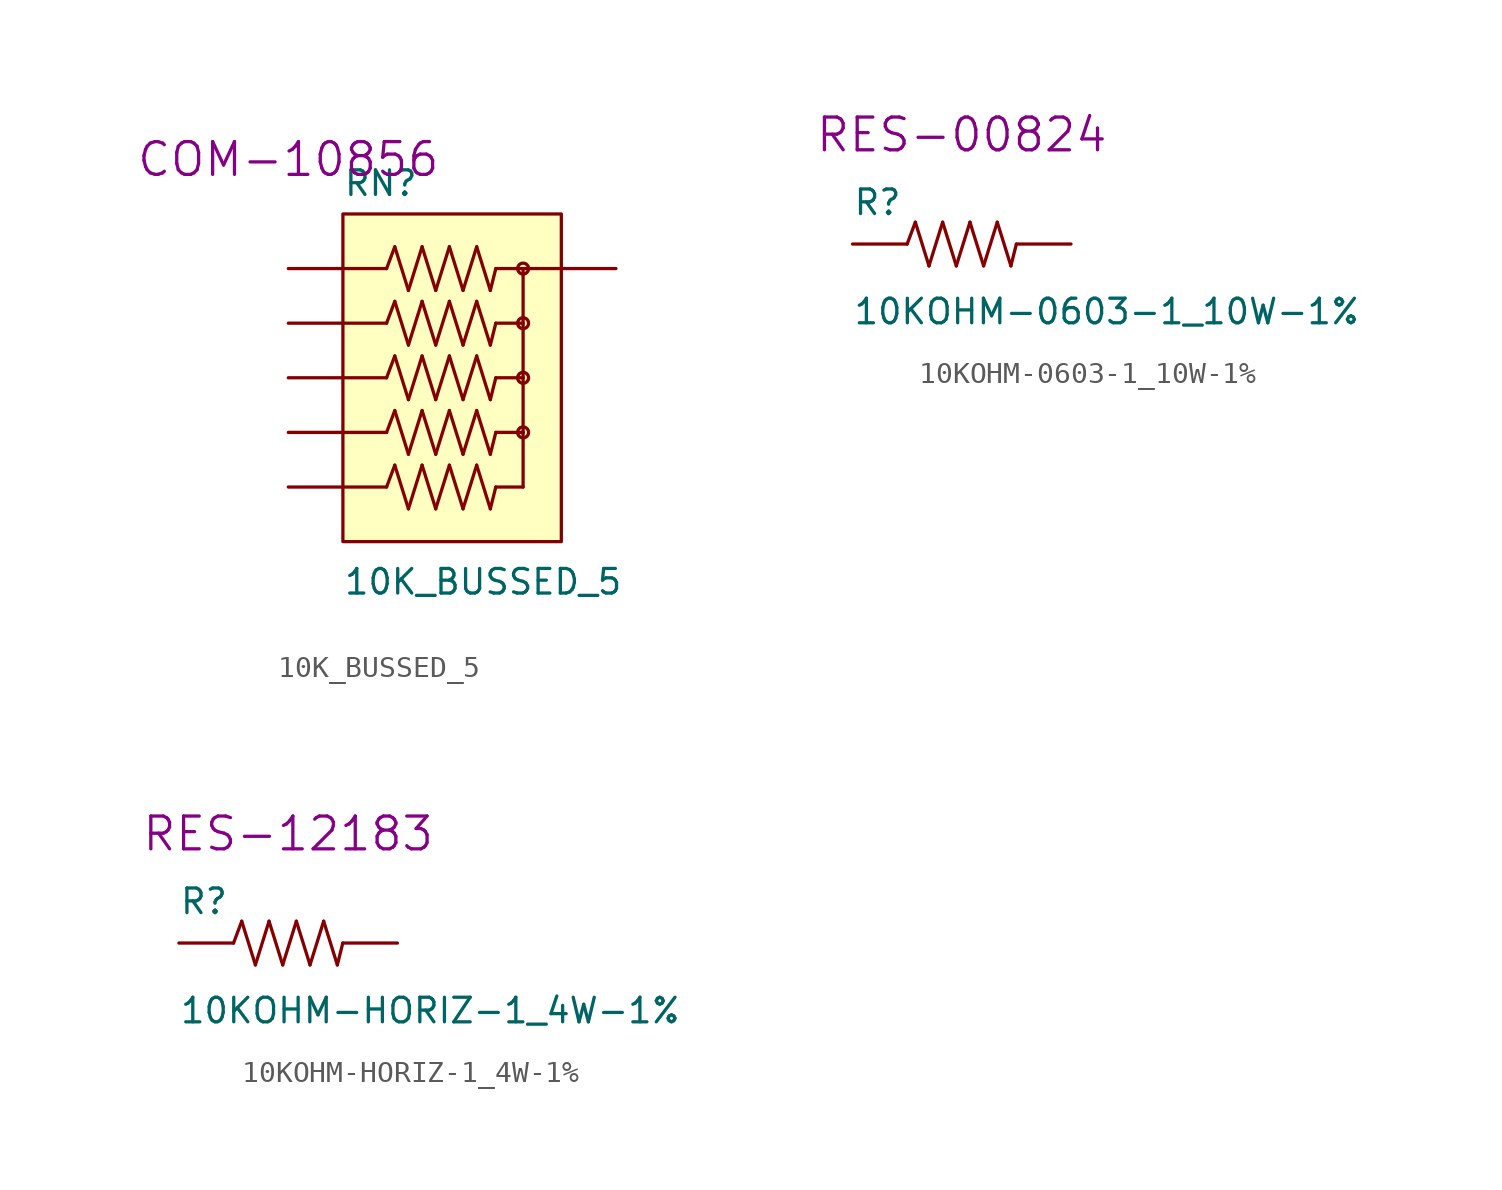
<source format=kicad_sym>
(kicad_symbol_lib
  (version 20211014)
  (generator kicad_symbol_editor)
  (symbol "10K_BUSSED_5"
    (pin_numbers hide)
    (pin_names
      (offset 1.016) hide)
    (property "Reference" "RN"
      (at 2.54 3.302 0)
      (effects (font (size 1.143 1.143)) (justify left bottom)))
    (property "Value" "10K_BUSSED_5"
      (at 2.54 -15.24 0)
      (effects (font (size 1.143 1.143)) (justify left bottom)))
    (property "Field4" "COM-10856"
      (at 0 5.08 0)
      (effects (font (size 1.524 1.524))))
    (property "ki_locked" ""
      (at 0 0 0)
      (effects (font (size 1.27 1.27))))
    (symbol "10K_BUSSED_5_1_0"
      (polyline (pts (xy 2.54 -10.16) (xy 4.572 -10.16)) (stroke (width 0) (type default) (color 0 0 0 0)) (fill (type none)))
      (polyline (pts (xy 2.54 -5.08) (xy 4.572 -5.08)) (stroke (width 0) (type default) (color 0 0 0 0)) (fill (type none)))
      (polyline (pts (xy 2.54 -2.54) (xy 4.572 -2.54)) (stroke (width 0) (type default) (color 0 0 0 0)) (fill (type none)))
      (polyline (pts (xy 2.54 0) (xy 4.572 0)) (stroke (width 0) (type default) (color 0 0 0 0)) (fill (type none)))
      (polyline (pts (xy 4.572 -10.16) (xy 4.953 -9.144)) (stroke (width 0) (type default) (color 0 0 0 0)) (fill (type none)))
      (polyline (pts (xy 4.572 -7.62) (xy 2.54 -7.62)) (stroke (width 0) (type default) (color 0 0 0 0)) (fill (type none)))
      (polyline (pts (xy 4.572 -7.62) (xy 4.953 -6.604)) (stroke (width 0) (type default) (color 0 0 0 0)) (fill (type none)))
      (polyline (pts (xy 4.572 -5.08) (xy 4.953 -4.064)) (stroke (width 0) (type default) (color 0 0 0 0)) (fill (type none)))
      (polyline (pts (xy 4.572 -2.54) (xy 4.953 -1.524)) (stroke (width 0) (type default) (color 0 0 0 0)) (fill (type none)))
      (polyline (pts (xy 4.572 0) (xy 4.953 1.016)) (stroke (width 0) (type default) (color 0 0 0 0)) (fill (type none)))
      (polyline (pts (xy 4.953 -9.144) (xy 5.588 -11.176)) (stroke (width 0) (type default) (color 0 0 0 0)) (fill (type none)))
      (polyline (pts (xy 4.953 -6.604) (xy 5.588 -8.636)) (stroke (width 0) (type default) (color 0 0 0 0)) (fill (type none)))
      (polyline (pts (xy 4.953 -4.064) (xy 5.588 -6.096)) (stroke (width 0) (type default) (color 0 0 0 0)) (fill (type none)))
      (polyline (pts (xy 4.953 -1.524) (xy 5.588 -3.556)) (stroke (width 0) (type default) (color 0 0 0 0)) (fill (type none)))
      (polyline (pts (xy 4.953 1.016) (xy 5.588 -1.016)) (stroke (width 0) (type default) (color 0 0 0 0)) (fill (type none)))
      (polyline (pts (xy 5.588 -11.176) (xy 6.223 -9.144)) (stroke (width 0) (type default) (color 0 0 0 0)) (fill (type none)))
      (polyline (pts (xy 5.588 -8.636) (xy 6.223 -6.604)) (stroke (width 0) (type default) (color 0 0 0 0)) (fill (type none)))
      (polyline (pts (xy 5.588 -6.096) (xy 6.223 -4.064)) (stroke (width 0) (type default) (color 0 0 0 0)) (fill (type none)))
      (polyline (pts (xy 5.588 -3.556) (xy 6.223 -1.524)) (stroke (width 0) (type default) (color 0 0 0 0)) (fill (type none)))
      (polyline (pts (xy 5.588 -1.016) (xy 6.223 1.016)) (stroke (width 0) (type default) (color 0 0 0 0)) (fill (type none)))
      (polyline (pts (xy 6.223 -9.144) (xy 6.858 -11.176)) (stroke (width 0) (type default) (color 0 0 0 0)) (fill (type none)))
      (polyline (pts (xy 6.223 -6.604) (xy 6.858 -8.636)) (stroke (width 0) (type default) (color 0 0 0 0)) (fill (type none)))
      (polyline (pts (xy 6.223 -4.064) (xy 6.858 -6.096)) (stroke (width 0) (type default) (color 0 0 0 0)) (fill (type none)))
      (polyline (pts (xy 6.223 -1.524) (xy 6.858 -3.556)) (stroke (width 0) (type default) (color 0 0 0 0)) (fill (type none)))
      (polyline (pts (xy 6.223 1.016) (xy 6.858 -1.016)) (stroke (width 0) (type default) (color 0 0 0 0)) (fill (type none)))
      (polyline (pts (xy 6.858 -11.176) (xy 7.493 -9.144)) (stroke (width 0) (type default) (color 0 0 0 0)) (fill (type none)))
      (polyline (pts (xy 6.858 -8.636) (xy 7.493 -6.604)) (stroke (width 0) (type default) (color 0 0 0 0)) (fill (type none)))
      (polyline (pts (xy 6.858 -6.096) (xy 7.493 -4.064)) (stroke (width 0) (type default) (color 0 0 0 0)) (fill (type none)))
      (polyline (pts (xy 6.858 -3.556) (xy 7.493 -1.524)) (stroke (width 0) (type default) (color 0 0 0 0)) (fill (type none)))
      (polyline (pts (xy 6.858 -1.016) (xy 7.493 1.016)) (stroke (width 0) (type default) (color 0 0 0 0)) (fill (type none)))
      (polyline (pts (xy 7.493 -9.144) (xy 8.128 -11.176)) (stroke (width 0) (type default) (color 0 0 0 0)) (fill (type none)))
      (polyline (pts (xy 7.493 -6.604) (xy 8.128 -8.636)) (stroke (width 0) (type default) (color 0 0 0 0)) (fill (type none)))
      (polyline (pts (xy 7.493 -4.064) (xy 8.128 -6.096)) (stroke (width 0) (type default) (color 0 0 0 0)) (fill (type none)))
      (polyline (pts (xy 7.493 -1.524) (xy 8.128 -3.556)) (stroke (width 0) (type default) (color 0 0 0 0)) (fill (type none)))
      (polyline (pts (xy 7.493 1.016) (xy 8.128 -1.016)) (stroke (width 0) (type default) (color 0 0 0 0)) (fill (type none)))
      (polyline (pts (xy 8.128 -11.176) (xy 8.763 -9.144)) (stroke (width 0) (type default) (color 0 0 0 0)) (fill (type none)))
      (polyline (pts (xy 8.128 -8.636) (xy 8.763 -6.604)) (stroke (width 0) (type default) (color 0 0 0 0)) (fill (type none)))
      (polyline (pts (xy 8.128 -6.096) (xy 8.763 -4.064)) (stroke (width 0) (type default) (color 0 0 0 0)) (fill (type none)))
      (polyline (pts (xy 8.128 -3.556) (xy 8.763 -1.524)) (stroke (width 0) (type default) (color 0 0 0 0)) (fill (type none)))
      (polyline (pts (xy 8.128 -1.016) (xy 8.763 1.016)) (stroke (width 0) (type default) (color 0 0 0 0)) (fill (type none)))
      (polyline (pts (xy 8.763 -9.144) (xy 9.398 -11.176)) (stroke (width 0) (type default) (color 0 0 0 0)) (fill (type none)))
      (polyline (pts (xy 8.763 -6.604) (xy 9.398 -8.636)) (stroke (width 0) (type default) (color 0 0 0 0)) (fill (type none)))
      (polyline (pts (xy 8.763 -4.064) (xy 9.398 -6.096)) (stroke (width 0) (type default) (color 0 0 0 0)) (fill (type none)))
      (polyline (pts (xy 8.763 -1.524) (xy 9.398 -3.556)) (stroke (width 0) (type default) (color 0 0 0 0)) (fill (type none)))
      (polyline (pts (xy 8.763 1.016) (xy 9.398 -1.016)) (stroke (width 0) (type default) (color 0 0 0 0)) (fill (type none)))
      (polyline (pts (xy 9.398 -11.176) (xy 9.652 -10.16)) (stroke (width 0) (type default) (color 0 0 0 0)) (fill (type none)))
      (polyline (pts (xy 9.398 -8.636) (xy 9.652 -7.62)) (stroke (width 0) (type default) (color 0 0 0 0)) (fill (type none)))
      (polyline (pts (xy 9.398 -6.096) (xy 9.652 -5.08)) (stroke (width 0) (type default) (color 0 0 0 0)) (fill (type none)))
      (polyline (pts (xy 9.398 -3.556) (xy 9.652 -2.54)) (stroke (width 0) (type default) (color 0 0 0 0)) (fill (type none)))
      (polyline (pts (xy 9.398 -1.016) (xy 9.652 0)) (stroke (width 0) (type default) (color 0 0 0 0)) (fill (type none)))
      (polyline (pts (xy 9.652 -10.16) (xy 10.922 -10.16)) (stroke (width 0) (type default) (color 0 0 0 0)) (fill (type none)))
      (polyline (pts (xy 9.652 0) (xy 10.922 0)) (stroke (width 0) (type default) (color 0 0 0 0)) (fill (type none)))
      (polyline (pts (xy 10.922 -10.16) (xy 10.922 -7.62)) (stroke (width 0) (type default) (color 0 0 0 0)) (fill (type none)))
      (polyline (pts (xy 10.922 -7.62) (xy 9.652 -7.62)) (stroke (width 0) (type default) (color 0 0 0 0)) (fill (type none)))
      (polyline (pts (xy 10.922 -7.62) (xy 10.922 -5.08)) (stroke (width 0) (type default) (color 0 0 0 0)) (fill (type none)))
      (polyline (pts (xy 10.922 -5.08) (xy 9.652 -5.08)) (stroke (width 0) (type default) (color 0 0 0 0)) (fill (type none)))
      (polyline (pts (xy 10.922 -5.08) (xy 10.922 -2.54)) (stroke (width 0) (type default) (color 0 0 0 0)) (fill (type none)))
      (polyline (pts (xy 10.922 -2.54) (xy 9.652 -2.54)) (stroke (width 0) (type default) (color 0 0 0 0)) (fill (type none)))
      (polyline (pts (xy 10.922 0) (xy 10.922 -2.54)) (stroke (width 0) (type default) (color 0 0 0 0)) (fill (type none)))
      (polyline (pts (xy 10.922 0) (xy 12.7 0)) (stroke (width 0) (type default) (color 0 0 0 0)) (fill (type none))))
    (symbol "10K_BUSSED_5_1_1"
      (polyline (pts (xy 2.54 2.54) (xy 12.7 2.54) (xy 12.7 0) (xy 12.7 -12.7) (xy 2.54 -12.7) (xy 2.54 2.54)) (stroke (width 0) (type default) (color 0 0 0 0)) (fill (type background)))
      (circle (center 10.922 -7.62) (radius 0.254) (stroke (width 0) (type default) (color 0 0 0 0)) (fill (type none)))
      (circle (center 10.922 -5.08) (radius 0.254) (stroke (width 0) (type default) (color 0 0 0 0)) (fill (type none)))
      (circle (center 10.922 -2.54) (radius 0.254) (stroke (width 0) (type default) (color 0 0 0 0)) (fill (type none)))
      (circle (center 10.922 0) (radius 0.254) (stroke (width 0) (type default) (color 0 0 0 0)) (fill (type none)))
      (pin passive line (at 15.24 0 180) (length 2.54) (name "1" (effects (font (size 1.016 1.016)))) (number "P$1" (effects (font (size 1.016 1.016)))))
      (pin passive line (at 0 0 0) (length 2.54) (name "2" (effects (font (size 1.016 1.016)))) (number "P$2" (effects (font (size 1.016 1.016)))))
      (pin passive line (at 0 -2.54 0) (length 2.54) (name "3" (effects (font (size 1.016 1.016)))) (number "P$3" (effects (font (size 1.016 1.016)))))
      (pin passive line (at 0 -5.08 0) (length 2.54) (name "4" (effects (font (size 1.016 1.016)))) (number "P$4" (effects (font (size 1.016 1.016)))))
      (pin passive line (at 0 -7.62 0) (length 2.54) (name "5" (effects (font (size 1.016 1.016)))) (number "P$5" (effects (font (size 1.016 1.016)))))
      (pin passive line (at 0 -10.16 0) (length 2.54) (name "6" (effects (font (size 1.016 1.016)))) (number "P$6" (effects (font (size 1.016 1.016)))))))
  (symbol "10KOHM-0603-1_10W-1%"
    (pin_numbers hide)
    (pin_names
      (offset 1.016) hide)
    (property "Reference" "R"
      (at -5.08 1.27 0)
      (effects (font (size 1.143 1.143)) (justify left bottom)))
    (property "Value" "10KOHM-0603-1_10W-1%"
      (at -5.08 -3.81 0)
      (effects (font (size 1.143 1.143)) (justify left bottom)))
    (property "Field4" "RES-00824"
      (at 0 5.08 0)
      (effects (font (size 1.524 1.524))))
    (property "ki_locked" ""
      (at 0 0 0)
      (effects (font (size 1.27 1.27))))
    (symbol "10KOHM-0603-1_10W-1%_1_0"
      (polyline (pts (xy -2.54 0) (xy -2.159 1.016)) (stroke (width 0) (type default) (color 0 0 0 0)) (fill (type none)))
      (polyline (pts (xy -2.159 1.016) (xy -1.524 -1.016)) (stroke (width 0) (type default) (color 0 0 0 0)) (fill (type none)))
      (polyline (pts (xy -1.524 -1.016) (xy -0.889 1.016)) (stroke (width 0) (type default) (color 0 0 0 0)) (fill (type none)))
      (polyline (pts (xy -0.889 1.016) (xy -0.254 -1.016)) (stroke (width 0) (type default) (color 0 0 0 0)) (fill (type none)))
      (polyline (pts (xy -0.254 -1.016) (xy 0.381 1.016)) (stroke (width 0) (type default) (color 0 0 0 0)) (fill (type none)))
      (polyline (pts (xy 0.381 1.016) (xy 1.016 -1.016)) (stroke (width 0) (type default) (color 0 0 0 0)) (fill (type none)))
      (polyline (pts (xy 1.016 -1.016) (xy 1.651 1.016)) (stroke (width 0) (type default) (color 0 0 0 0)) (fill (type none)))
      (polyline (pts (xy 1.651 1.016) (xy 2.286 -1.016)) (stroke (width 0) (type default) (color 0 0 0 0)) (fill (type none)))
      (polyline (pts (xy 2.286 -1.016) (xy 2.54 0)) (stroke (width 0) (type default) (color 0 0 0 0)) (fill (type none))))
    (symbol "10KOHM-0603-1_10W-1%_1_1"
      (pin passive line (at -5.08 0 0) (length 2.54) (name "1" (effects (font (size 1.016 1.016)))) (number "1" (effects (font (size 1.016 1.016)))))
      (pin passive line (at 5.08 0 180) (length 2.54) (name "2" (effects (font (size 1.016 1.016)))) (number "2" (effects (font (size 1.016 1.016)))))))
  (symbol "10KOHM-HORIZ-1_4W-1%"
    (pin_numbers hide)
    (pin_names
      (offset 1.016) hide)
    (property "Reference" "R"
      (at -5.08 1.27 0)
      (effects (font (size 1.143 1.143)) (justify left bottom)))
    (property "Value" "10KOHM-HORIZ-1_4W-1%"
      (at -5.08 -3.81 0)
      (effects (font (size 1.143 1.143)) (justify left bottom)))
    (property "Field4" "RES-12183"
      (at 0 5.08 0)
      (effects (font (size 1.524 1.524))))
    (property "ki_locked" ""
      (at 0 0 0)
      (effects (font (size 1.27 1.27))))
    (symbol "10KOHM-HORIZ-1_4W-1%_1_0"
      (polyline (pts (xy -2.54 0) (xy -2.159 1.016)) (stroke (width 0) (type default) (color 0 0 0 0)) (fill (type none)))
      (polyline (pts (xy -2.159 1.016) (xy -1.524 -1.016)) (stroke (width 0) (type default) (color 0 0 0 0)) (fill (type none)))
      (polyline (pts (xy -1.524 -1.016) (xy -0.889 1.016)) (stroke (width 0) (type default) (color 0 0 0 0)) (fill (type none)))
      (polyline (pts (xy -0.889 1.016) (xy -0.254 -1.016)) (stroke (width 0) (type default) (color 0 0 0 0)) (fill (type none)))
      (polyline (pts (xy -0.254 -1.016) (xy 0.381 1.016)) (stroke (width 0) (type default) (color 0 0 0 0)) (fill (type none)))
      (polyline (pts (xy 0.381 1.016) (xy 1.016 -1.016)) (stroke (width 0) (type default) (color 0 0 0 0)) (fill (type none)))
      (polyline (pts (xy 1.016 -1.016) (xy 1.651 1.016)) (stroke (width 0) (type default) (color 0 0 0 0)) (fill (type none)))
      (polyline (pts (xy 1.651 1.016) (xy 2.286 -1.016)) (stroke (width 0) (type default) (color 0 0 0 0)) (fill (type none)))
      (polyline (pts (xy 2.286 -1.016) (xy 2.54 0)) (stroke (width 0) (type default) (color 0 0 0 0)) (fill (type none))))
    (symbol "10KOHM-HORIZ-1_4W-1%_1_1"
      (pin passive line (at -5.08 0 0) (length 2.54) (name "1" (effects (font (size 1.016 1.016)))) (number "P$1" (effects (font (size 1.016 1.016)))))
      (pin passive line (at 5.08 0 180) (length 2.54) (name "2" (effects (font (size 1.016 1.016)))) (number "P$2" (effects (font (size 1.016 1.016))))))))
</source>
